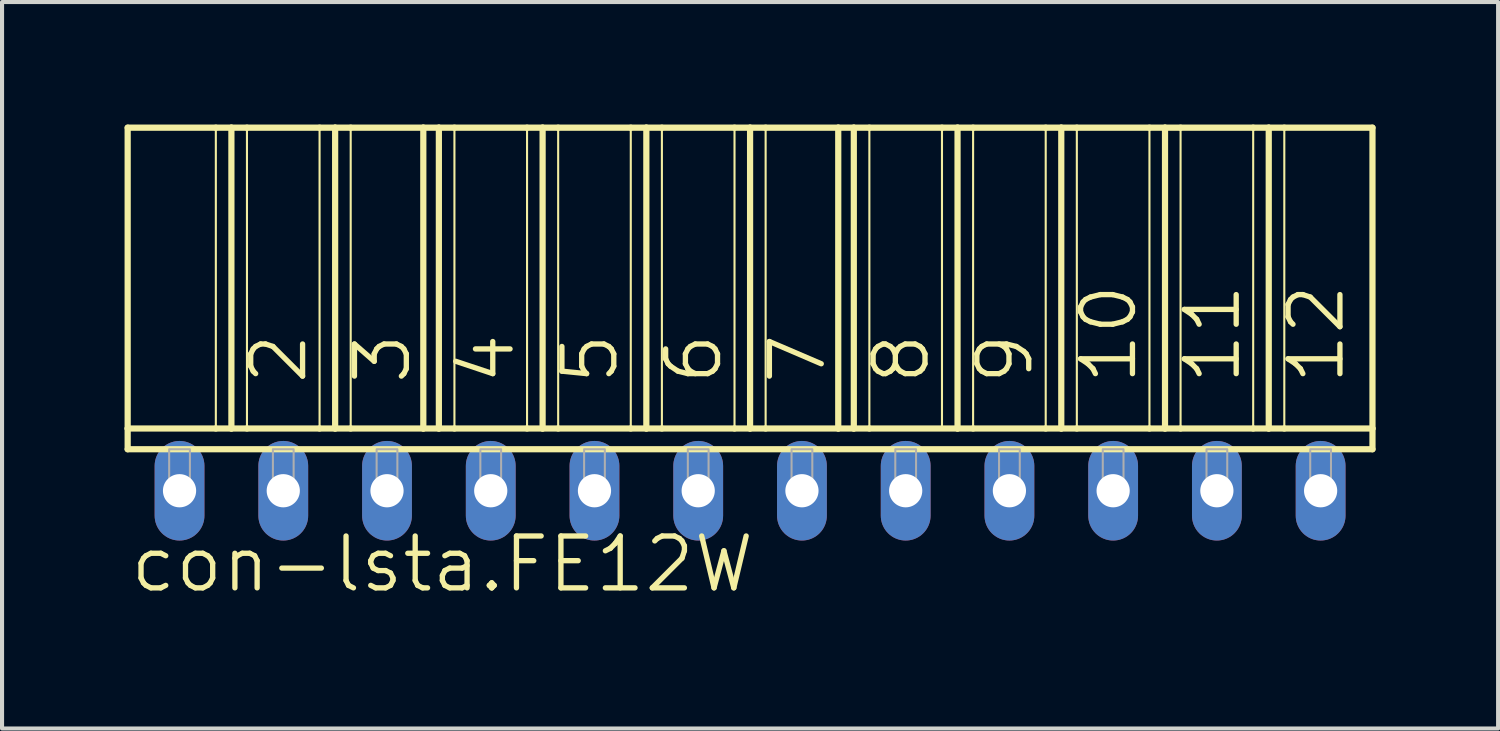
<source format=kicad_pcb>
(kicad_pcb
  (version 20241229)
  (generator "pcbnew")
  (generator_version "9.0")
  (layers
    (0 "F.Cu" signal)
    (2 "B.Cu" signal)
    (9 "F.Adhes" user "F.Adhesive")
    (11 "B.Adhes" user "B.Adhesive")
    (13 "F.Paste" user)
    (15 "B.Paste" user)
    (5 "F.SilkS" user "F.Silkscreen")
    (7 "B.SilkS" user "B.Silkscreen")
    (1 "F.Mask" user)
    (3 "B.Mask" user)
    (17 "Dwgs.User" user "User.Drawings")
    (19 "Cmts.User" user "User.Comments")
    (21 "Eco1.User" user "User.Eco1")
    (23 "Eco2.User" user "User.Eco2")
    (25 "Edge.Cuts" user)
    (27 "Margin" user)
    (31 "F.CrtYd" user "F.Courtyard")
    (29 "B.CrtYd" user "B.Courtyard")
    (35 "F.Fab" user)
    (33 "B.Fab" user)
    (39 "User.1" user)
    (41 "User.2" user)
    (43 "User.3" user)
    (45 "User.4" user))
  (footprint "con-lsta.FE12W"
    (layer "F.Cu")
    (at 15.316 8.966)
    (property "Reference" "con-lsta.FE12W" (at -15.24 2.54 0) (layer "F.SilkS") (effects (font (size 1.27 1.27) (thickness 0.13)) (justify left bottom)))
    (attr through_hole)
    (fp_line (start -15.24 -8.89) (end -13.081 -8.89) (stroke (width 0.152) (type default)) (layer "F.SilkS"))
    (fp_line (start -15.24 -1.524) (end -15.24 -8.89) (stroke (width 0.152) (type default)) (layer "F.SilkS"))
    (fp_line (start -15.24 -1.524) (end -13.081 -1.524) (stroke (width 0.152) (type default)) (layer "F.SilkS"))
    (fp_line (start -15.24 -1.016) (end -15.24 -1.524) (stroke (width 0.152) (type default)) (layer "F.SilkS"))
    (fp_line (start -15.24 -1.016) (end 15.24 -1.016) (stroke (width 0.152) (type default)) (layer "F.SilkS"))
    (fp_line (start -13.081 -8.89) (end -13.081 -1.524) (stroke (width 0.051) (type default)) (layer "F.SilkS"))
    (fp_line (start -13.081 -8.89) (end -12.7 -8.89) (stroke (width 0.152) (type default)) (layer "F.SilkS"))
    (fp_line (start -13.081 -1.524) (end -12.7 -1.524) (stroke (width 0.152) (type default)) (layer "F.SilkS"))
    (fp_line (start -12.7 -8.89) (end -12.7 -1.524) (stroke (width 0.152) (type default)) (layer "F.SilkS"))
    (fp_line (start -12.7 -8.89) (end -12.319 -8.89) (stroke (width 0.152) (type default)) (layer "F.SilkS"))
    (fp_line (start -12.7 -1.524) (end -12.319 -1.524) (stroke (width 0.152) (type default)) (layer "F.SilkS"))
    (fp_line (start -12.319 -8.89) (end -12.319 -1.524) (stroke (width 0.051) (type default)) (layer "F.SilkS"))
    (fp_line (start -12.319 -8.89) (end -10.541 -8.89) (stroke (width 0.152) (type default)) (layer "F.SilkS"))
    (fp_line (start -12.319 -1.524) (end -10.541 -1.524) (stroke (width 0.152) (type default)) (layer "F.SilkS"))
    (fp_line (start -10.541 -8.89) (end -10.541 -1.524) (stroke (width 0.051) (type default)) (layer "F.SilkS"))
    (fp_line (start -10.541 -8.89) (end -10.16 -8.89) (stroke (width 0.152) (type default)) (layer "F.SilkS"))
    (fp_line (start -10.541 -1.524) (end -10.16 -1.524) (stroke (width 0.152) (type default)) (layer "F.SilkS"))
    (fp_line (start -10.16 -8.89) (end -10.16 -1.524) (stroke (width 0.152) (type default)) (layer "F.SilkS"))
    (fp_line (start -10.16 -8.89) (end -9.779 -8.89) (stroke (width 0.152) (type default)) (layer "F.SilkS"))
    (fp_line (start -10.16 -1.524) (end -9.779 -1.524) (stroke (width 0.152) (type default)) (layer "F.SilkS"))
    (fp_line (start -9.779 -8.89) (end -9.779 -1.524) (stroke (width 0.051) (type default)) (layer "F.SilkS"))
    (fp_line (start -9.779 -8.89) (end -8.001 -8.89) (stroke (width 0.152) (type default)) (layer "F.SilkS"))
    (fp_line (start -9.779 -1.524) (end -8.001 -1.524) (stroke (width 0.152) (type default)) (layer "F.SilkS"))
    (fp_line (start -8.001 -8.89) (end -8.001 -1.524) (stroke (width 0.152) (type default)) (layer "F.SilkS"))
    (fp_line (start -8.001 -8.89) (end -7.62 -8.89) (stroke (width 0.152) (type default)) (layer "F.SilkS"))
    (fp_line (start -8.001 -1.524) (end -7.62 -1.524) (stroke (width 0.152) (type default)) (layer "F.SilkS"))
    (fp_line (start -7.62 -8.89) (end -7.62 -1.524) (stroke (width 0.152) (type default)) (layer "F.SilkS"))
    (fp_line (start -7.62 -8.89) (end -7.239 -8.89) (stroke (width 0.152) (type default)) (layer "F.SilkS"))
    (fp_line (start -7.62 -1.524) (end -7.239 -1.524) (stroke (width 0.152) (type default)) (layer "F.SilkS"))
    (fp_line (start -7.239 -8.89) (end -7.239 -1.524) (stroke (width 0.051) (type default)) (layer "F.SilkS"))
    (fp_line (start -7.239 -8.89) (end -5.461 -8.89) (stroke (width 0.152) (type default)) (layer "F.SilkS"))
    (fp_line (start -7.239 -1.524) (end -5.461 -1.524) (stroke (width 0.152) (type default)) (layer "F.SilkS"))
    (fp_line (start -5.461 -8.89) (end -5.461 -1.524) (stroke (width 0.051) (type default)) (layer "F.SilkS"))
    (fp_line (start -5.461 -8.89) (end -5.08 -8.89) (stroke (width 0.152) (type default)) (layer "F.SilkS"))
    (fp_line (start -5.461 -1.524) (end -5.08 -1.524) (stroke (width 0.152) (type default)) (layer "F.SilkS"))
    (fp_line (start -5.08 -8.89) (end -5.08 -1.524) (stroke (width 0.152) (type default)) (layer "F.SilkS"))
    (fp_line (start -5.08 -8.89) (end -4.699 -8.89) (stroke (width 0.152) (type default)) (layer "F.SilkS"))
    (fp_line (start -5.08 -1.524) (end -4.699 -1.524) (stroke (width 0.152) (type default)) (layer "F.SilkS"))
    (fp_line (start -4.699 -8.89) (end -4.699 -1.524) (stroke (width 0.051) (type default)) (layer "F.SilkS"))
    (fp_line (start -4.699 -8.89) (end -2.921 -8.89) (stroke (width 0.152) (type default)) (layer "F.SilkS"))
    (fp_line (start -4.699 -1.524) (end -2.921 -1.524) (stroke (width 0.152) (type default)) (layer "F.SilkS"))
    (fp_line (start -2.921 -8.89) (end -2.921 -1.524) (stroke (width 0.051) (type default)) (layer "F.SilkS"))
    (fp_line (start -2.921 -8.89) (end -2.54 -8.89) (stroke (width 0.152) (type default)) (layer "F.SilkS"))
    (fp_line (start -2.921 -1.524) (end -2.54 -1.524) (stroke (width 0.152) (type default)) (layer "F.SilkS"))
    (fp_line (start -2.54 -8.89) (end -2.54 -1.524) (stroke (width 0.152) (type default)) (layer "F.SilkS"))
    (fp_line (start -2.54 -8.89) (end -2.159 -8.89) (stroke (width 0.152) (type default)) (layer "F.SilkS"))
    (fp_line (start -2.54 -1.524) (end -2.159 -1.524) (stroke (width 0.152) (type default)) (layer "F.SilkS"))
    (fp_line (start -2.159 -8.89) (end -2.159 -1.524) (stroke (width 0.051) (type default)) (layer "F.SilkS"))
    (fp_line (start -2.159 -8.89) (end -0.381 -8.89) (stroke (width 0.152) (type default)) (layer "F.SilkS"))
    (fp_line (start -2.159 -1.524) (end -0.381 -1.524) (stroke (width 0.152) (type default)) (layer "F.SilkS"))
    (fp_line (start -0.381 -8.89) (end -0.381 -1.524) (stroke (width 0.051) (type default)) (layer "F.SilkS"))
    (fp_line (start -0.381 -8.89) (end 0 -8.89) (stroke (width 0.152) (type default)) (layer "F.SilkS"))
    (fp_line (start -0.381 -1.524) (end 0 -1.524) (stroke (width 0.152) (type default)) (layer "F.SilkS"))
    (fp_line (start 0 -8.89) (end 0 -1.524) (stroke (width 0.152) (type default)) (layer "F.SilkS"))
    (fp_line (start 0 -8.89) (end 0.381 -8.89) (stroke (width 0.152) (type default)) (layer "F.SilkS"))
    (fp_line (start 0 -1.524) (end 0.381 -1.524) (stroke (width 0.152) (type default)) (layer "F.SilkS"))
    (fp_line (start 0.381 -8.89) (end 0.381 -1.524) (stroke (width 0.051) (type default)) (layer "F.SilkS"))
    (fp_line (start 0.381 -8.89) (end 2.159 -8.89) (stroke (width 0.152) (type default)) (layer "F.SilkS"))
    (fp_line (start 0.381 -1.524) (end 2.159 -1.524) (stroke (width 0.152) (type default)) (layer "F.SilkS"))
    (fp_line (start 2.159 -8.89) (end 2.159 -1.524) (stroke (width 0.152) (type default)) (layer "F.SilkS"))
    (fp_line (start 2.159 -8.89) (end 2.54 -8.89) (stroke (width 0.152) (type default)) (layer "F.SilkS"))
    (fp_line (start 2.159 -1.524) (end 2.54 -1.524) (stroke (width 0.152) (type default)) (layer "F.SilkS"))
    (fp_line (start 2.54 -8.89) (end 2.54 -1.524) (stroke (width 0.152) (type default)) (layer "F.SilkS"))
    (fp_line (start 2.54 -8.89) (end 2.921 -8.89) (stroke (width 0.152) (type default)) (layer "F.SilkS"))
    (fp_line (start 2.54 -1.524) (end 2.921 -1.524) (stroke (width 0.152) (type default)) (layer "F.SilkS"))
    (fp_line (start 2.921 -8.89) (end 2.921 -1.524) (stroke (width 0.051) (type default)) (layer "F.SilkS"))
    (fp_line (start 2.921 -8.89) (end 4.699 -8.89) (stroke (width 0.152) (type default)) (layer "F.SilkS"))
    (fp_line (start 2.921 -1.524) (end 5.08 -1.524) (stroke (width 0.152) (type default)) (layer "F.SilkS"))
    (fp_line (start 4.699 -8.89) (end 4.699 -1.524) (stroke (width 0.051) (type default)) (layer "F.SilkS"))
    (fp_line (start 4.699 -8.89) (end 5.08 -8.89) (stroke (width 0.152) (type default)) (layer "F.SilkS"))
    (fp_line (start 5.08 -8.89) (end 5.08 -1.524) (stroke (width 0.152) (type default)) (layer "F.SilkS"))
    (fp_line (start 5.08 -8.89) (end 5.461 -8.89) (stroke (width 0.152) (type default)) (layer "F.SilkS"))
    (fp_line (start 5.08 -1.524) (end 5.461 -1.524) (stroke (width 0.152) (type default)) (layer "F.SilkS"))
    (fp_line (start 5.461 -8.89) (end 5.461 -1.524) (stroke (width 0.051) (type default)) (layer "F.SilkS"))
    (fp_line (start 5.461 -8.89) (end 7.239 -8.89) (stroke (width 0.152) (type default)) (layer "F.SilkS"))
    (fp_line (start 5.461 -1.524) (end 7.239 -1.524) (stroke (width 0.152) (type default)) (layer "F.SilkS"))
    (fp_line (start 7.239 -8.89) (end 7.239 -1.524) (stroke (width 0.051) (type default)) (layer "F.SilkS"))
    (fp_line (start 7.239 -8.89) (end 7.62 -8.89) (stroke (width 0.152) (type default)) (layer "F.SilkS"))
    (fp_line (start 7.239 -1.524) (end 7.62 -1.524) (stroke (width 0.152) (type default)) (layer "F.SilkS"))
    (fp_line (start 7.62 -8.89) (end 7.62 -1.524) (stroke (width 0.152) (type default)) (layer "F.SilkS"))
    (fp_line (start 7.62 -8.89) (end 8.001 -8.89) (stroke (width 0.152) (type default)) (layer "F.SilkS"))
    (fp_line (start 7.62 -1.524) (end 8.001 -1.524) (stroke (width 0.152) (type default)) (layer "F.SilkS"))
    (fp_line (start 8.001 -8.89) (end 8.001 -1.524) (stroke (width 0.051) (type default)) (layer "F.SilkS"))
    (fp_line (start 8.001 -8.89) (end 9.779 -8.89) (stroke (width 0.152) (type default)) (layer "F.SilkS"))
    (fp_line (start 8.001 -1.524) (end 9.779 -1.524) (stroke (width 0.152) (type default)) (layer "F.SilkS"))
    (fp_line (start 9.779 -8.89) (end 9.779 -1.524) (stroke (width 0.051) (type default)) (layer "F.SilkS"))
    (fp_line (start 9.779 -8.89) (end 10.16 -8.89) (stroke (width 0.152) (type default)) (layer "F.SilkS"))
    (fp_line (start 9.779 -1.524) (end 10.16 -1.524) (stroke (width 0.152) (type default)) (layer "F.SilkS"))
    (fp_line (start 10.16 -8.89) (end 10.16 -1.524) (stroke (width 0.152) (type default)) (layer "F.SilkS"))
    (fp_line (start 10.16 -8.89) (end 10.541 -8.89) (stroke (width 0.152) (type default)) (layer "F.SilkS"))
    (fp_line (start 10.16 -1.524) (end 10.541 -1.524) (stroke (width 0.152) (type default)) (layer "F.SilkS"))
    (fp_line (start 10.541 -8.89) (end 10.541 -1.524) (stroke (width 0.051) (type default)) (layer "F.SilkS"))
    (fp_line (start 10.541 -8.89) (end 12.319 -8.89) (stroke (width 0.152) (type default)) (layer "F.SilkS"))
    (fp_line (start 10.541 -1.524) (end 12.319 -1.524) (stroke (width 0.152) (type default)) (layer "F.SilkS"))
    (fp_line (start 12.319 -8.89) (end 12.319 -1.524) (stroke (width 0.051) (type default)) (layer "F.SilkS"))
    (fp_line (start 12.319 -8.89) (end 12.7 -8.89) (stroke (width 0.152) (type default)) (layer "F.SilkS"))
    (fp_line (start 12.319 -1.524) (end 12.7 -1.524) (stroke (width 0.152) (type default)) (layer "F.SilkS"))
    (fp_line (start 12.7 -8.89) (end 12.7 -1.524) (stroke (width 0.152) (type default)) (layer "F.SilkS"))
    (fp_line (start 12.7 -8.89) (end 13.081 -8.89) (stroke (width 0.152) (type default)) (layer "F.SilkS"))
    (fp_line (start 12.7 -1.524) (end 13.081 -1.524) (stroke (width 0.152) (type default)) (layer "F.SilkS"))
    (fp_line (start 13.081 -8.89) (end 13.081 -1.524) (stroke (width 0.051) (type default)) (layer "F.SilkS"))
    (fp_line (start 13.081 -8.89) (end 15.24 -8.89) (stroke (width 0.152) (type default)) (layer "F.SilkS"))
    (fp_line (start 13.081 -1.524) (end 15.24 -1.524) (stroke (width 0.152) (type default)) (layer "F.SilkS"))
    (fp_line (start 15.24 -8.89) (end 15.24 -1.524) (stroke (width 0.152) (type default)) (layer "F.SilkS"))
    (fp_line (start 15.24 -1.524) (end 15.24 -1.016) (stroke (width 0.152) (type default)) (layer "F.SilkS"))
    (fp_rect (start -14.224 0) (end -13.716 -1.016) (stroke (width 0.05) (type default)) (fill no) (layer "F.Fab"))
    (fp_rect (start -11.684 0) (end -11.176 -1.016) (stroke (width 0.05) (type default)) (fill no) (layer "F.Fab"))
    (fp_rect (start -9.144 0) (end -8.636 -1.016) (stroke (width 0.05) (type default)) (fill no) (layer "F.Fab"))
    (fp_rect (start -6.604 0) (end -6.096 -1.016) (stroke (width 0.05) (type default)) (fill no) (layer "F.Fab"))
    (fp_rect (start -4.064 0) (end -3.556 -1.016) (stroke (width 0.05) (type default)) (fill no) (layer "F.Fab"))
    (fp_rect (start -1.524 0) (end -1.016 -1.016) (stroke (width 0.05) (type default)) (fill no) (layer "F.Fab"))
    (fp_rect (start 1.016 0) (end 1.524 -1.016) (stroke (width 0.05) (type default)) (fill no) (layer "F.Fab"))
    (fp_rect (start 3.556 0) (end 4.064 -1.016) (stroke (width 0.05) (type default)) (fill no) (layer "F.Fab"))
    (fp_rect (start 6.096 0) (end 6.604 -1.016) (stroke (width 0.05) (type default)) (fill no) (layer "F.Fab"))
    (fp_rect (start 8.636 0) (end 9.144 -1.016) (stroke (width 0.05) (type default)) (fill no) (layer "F.Fab"))
    (fp_rect (start 11.176 0) (end 11.684 -1.016) (stroke (width 0.05) (type default)) (fill no) (layer "F.Fab"))
    (fp_rect (start 13.716 0) (end 14.224 -1.016) (stroke (width 0.05) (type default)) (fill no) (layer "F.Fab"))
    (fp_text user "5" (at -3.175 -2.54 90) (layer "F.SilkS") (effects (font (size 1.27 1.27) (thickness 0.13)) (justify left bottom)))
    (fp_text user "7" (at 1.905 -2.54 90) (layer "F.SilkS") (effects (font (size 1.27 1.27) (thickness 0.13)) (justify left bottom)))
    (fp_text user "12" (at 14.605 -2.54 90) (layer "F.SilkS") (effects (font (size 1.27 1.27) (thickness 0.13)) (justify left bottom)))
    (fp_text user "8" (at 4.445 -2.54 90) (layer "F.SilkS") (effects (font (size 1.27 1.27) (thickness 0.13)) (justify left bottom)))
    (fp_text user "6" (at -0.635 -2.54 90) (layer "F.SilkS") (effects (font (size 1.27 1.27) (thickness 0.13)) (justify left bottom)))
    (fp_text user "10" (at 9.525 -2.54 90) (layer "F.SilkS") (effects (font (size 1.27 1.27) (thickness 0.13)) (justify left bottom)))
    (fp_text user "3" (at -8.255 -2.54 90) (layer "F.SilkS") (effects (font (size 1.27 1.27) (thickness 0.13)) (justify left bottom)))
    (fp_text user "4" (at -5.715 -2.54 90) (layer "F.SilkS") (effects (font (size 1.27 1.27) (thickness 0.13)) (justify left bottom)))
    (fp_text user "11" (at 12.065 -2.54 90) (layer "F.SilkS") (effects (font (size 1.27 1.27) (thickness 0.13)) (justify left bottom)))
    (fp_text user "2" (at -10.795 -2.54 90) (layer "F.SilkS") (effects (font (size 1.27 1.27) (thickness 0.13)) (justify left bottom)))
    (fp_text user "9" (at 6.985 -2.54 90) (layer "F.SilkS") (effects (font (size 1.27 1.27) (thickness 0.13)) (justify left bottom)))
    (pad "1" thru_hole oval (at -13.97 0 90) (size 2.438 1.219) (drill 0.813) (layers "*.Cu" "*.Mask"))
    (pad "2" thru_hole oval (at -11.43 0 90) (size 2.438 1.219) (drill 0.813) (layers "*.Cu" "*.Mask"))
    (pad "3" thru_hole oval (at -8.89 0 90) (size 2.438 1.219) (drill 0.813) (layers "*.Cu" "*.Mask"))
    (pad "4" thru_hole oval (at -6.35 0 90) (size 2.438 1.219) (drill 0.813) (layers "*.Cu" "*.Mask"))
    (pad "5" thru_hole oval (at -3.81 0 90) (size 2.438 1.219) (drill 0.813) (layers "*.Cu" "*.Mask"))
    (pad "6" thru_hole oval (at -1.27 0 90) (size 2.438 1.219) (drill 0.813) (layers "*.Cu" "*.Mask"))
    (pad "7" thru_hole oval (at 1.27 0 90) (size 2.438 1.219) (drill 0.813) (layers "*.Cu" "*.Mask"))
    (pad "8" thru_hole oval (at 3.81 0 90) (size 2.438 1.219) (drill 0.813) (layers "*.Cu" "*.Mask"))
    (pad "9" thru_hole oval (at 6.35 0 90) (size 2.438 1.219) (drill 0.813) (layers "*.Cu" "*.Mask"))
    (pad "10" thru_hole oval (at 8.89 0 90) (size 2.438 1.219) (drill 0.813) (layers "*.Cu" "*.Mask"))
    (pad "11" thru_hole oval (at 11.43 0 90) (size 2.438 1.219) (drill 0.813) (layers "*.Cu" "*.Mask"))
    (pad "12" thru_hole oval (at 13.97 0 90) (size 2.438 1.219) (drill 0.813) (layers "*.Cu" "*.Mask")))
  (gr_rect
    (start -3 -3)
    (end 33.632 14.788)
    (stroke (width 0.1) (type default))
    (fill no)
    (layer "Edge.Cuts")))
</source>
